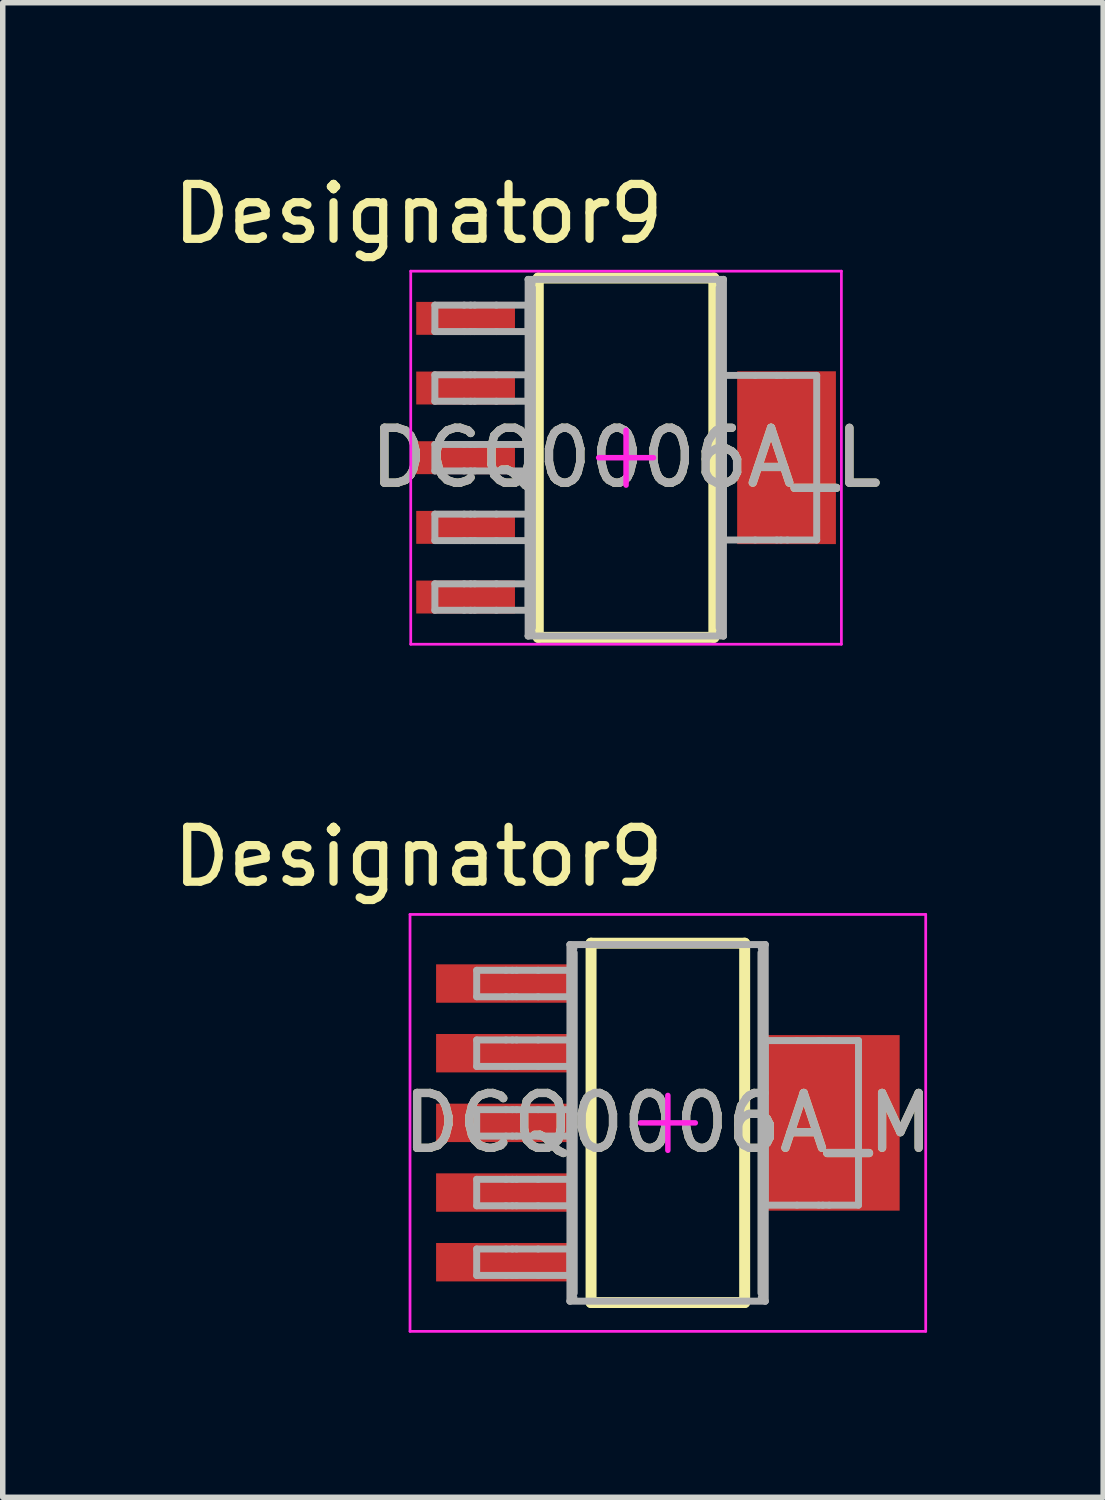
<source format=kicad_pcb>
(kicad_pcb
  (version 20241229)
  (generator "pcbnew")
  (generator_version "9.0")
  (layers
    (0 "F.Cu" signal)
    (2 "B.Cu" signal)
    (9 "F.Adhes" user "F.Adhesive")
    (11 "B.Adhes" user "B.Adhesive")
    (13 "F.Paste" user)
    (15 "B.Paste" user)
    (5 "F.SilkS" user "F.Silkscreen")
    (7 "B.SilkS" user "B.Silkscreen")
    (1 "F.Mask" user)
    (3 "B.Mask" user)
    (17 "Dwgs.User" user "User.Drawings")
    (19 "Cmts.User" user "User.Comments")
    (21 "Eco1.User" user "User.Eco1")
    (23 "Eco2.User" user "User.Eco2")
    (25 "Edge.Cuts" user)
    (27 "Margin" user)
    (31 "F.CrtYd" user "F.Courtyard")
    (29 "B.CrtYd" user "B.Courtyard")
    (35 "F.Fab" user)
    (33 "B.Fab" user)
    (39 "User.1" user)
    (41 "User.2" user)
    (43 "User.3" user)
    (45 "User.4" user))
  (footprint "DCQ0006A_L"
    (layer "F.Cu")
    (at 8.362 5.293)
    (property "Reference" "DCQ0006A_L" (at 0 0 0) (unlocked yes) (layer "F.SilkS") (effects (font (size 1 1) (thickness 0.15))))
    (attr smd)
    (fp_line (start -1.6 -3.275) (end 1.6 -3.275) (stroke (width 0.2) (type solid)) (layer "F.SilkS"))
    (fp_line (start -1.6 3.275) (end -1.6 -3.275) (stroke (width 0.2) (type solid)) (layer "F.SilkS"))
    (fp_line (start -1.6 3.275) (end 1.6 3.275) (stroke (width 0.2) (type solid)) (layer "F.SilkS"))
    (fp_line (start 1.6 3.275) (end 1.6 -3.275) (stroke (width 0.2) (type solid)) (layer "F.SilkS"))
    (fp_line (start -3.925 -3.4) (end 3.925 -3.4) (stroke (width 0.05) (type solid)) (layer "F.CrtYd"))
    (fp_line (start -3.925 3.4) (end -3.925 -3.4) (stroke (width 0.05) (type solid)) (layer "F.CrtYd"))
    (fp_line (start -3.925 3.4) (end 3.925 3.4) (stroke (width 0.05) (type solid)) (layer "F.CrtYd"))
    (fp_line (start -0.5 0) (end 0.5 0) (stroke (width 0.1) (type solid)) (layer "F.CrtYd"))
    (fp_line (start 0 0.5) (end 0 -0.5) (stroke (width 0.1) (type solid)) (layer "F.CrtYd"))
    (fp_line (start 3.925 3.4) (end 3.925 -3.4) (stroke (width 0.05) (type solid)) (layer "F.CrtYd"))
    (fp_line (start -3.485 -2.781) (end -2.951 -2.781) (stroke (width 0.127) (type solid)) (layer "F.Fab"))
    (fp_line (start -3.485 -2.299) (end -3.485 -2.781) (stroke (width 0.127) (type solid)) (layer "F.Fab"))
    (fp_line (start -3.485 -2.299) (end -2.951 -2.299) (stroke (width 0.127) (type solid)) (layer "F.Fab"))
    (fp_line (start -3.485 -1.511) (end -2.951 -1.511) (stroke (width 0.127) (type solid)) (layer "F.Fab"))
    (fp_line (start -3.485 -1.029) (end -3.485 -1.511) (stroke (width 0.127) (type solid)) (layer "F.Fab"))
    (fp_line (start -3.485 -1.029) (end -2.951 -1.029) (stroke (width 0.127) (type solid)) (layer "F.Fab"))
    (fp_line (start -3.485 -0.241) (end -2.951 -0.241) (stroke (width 0.127) (type solid)) (layer "F.Fab"))
    (fp_line (start -3.485 0.241) (end -3.485 -0.241) (stroke (width 0.127) (type solid)) (layer "F.Fab"))
    (fp_line (start -3.485 0.241) (end -2.951 0.241) (stroke (width 0.127) (type solid)) (layer "F.Fab"))
    (fp_line (start -3.485 1.029) (end -2.951 1.029) (stroke (width 0.127) (type solid)) (layer "F.Fab"))
    (fp_line (start -3.485 1.511) (end -3.485 1.029) (stroke (width 0.127) (type solid)) (layer "F.Fab"))
    (fp_line (start -3.485 1.511) (end -2.951 1.511) (stroke (width 0.127) (type solid)) (layer "F.Fab"))
    (fp_line (start -3.485 2.299) (end -2.951 2.299) (stroke (width 0.127) (type solid)) (layer "F.Fab"))
    (fp_line (start -3.485 2.781) (end -3.485 2.299) (stroke (width 0.127) (type solid)) (layer "F.Fab"))
    (fp_line (start -3.485 2.781) (end -2.951 2.781) (stroke (width 0.127) (type solid)) (layer "F.Fab"))
    (fp_line (start -2.951 -2.781) (end -2.834 -2.781) (stroke (width 0.127) (type solid)) (layer "F.Fab"))
    (fp_line (start -2.951 -2.299) (end -2.834 -2.299) (stroke (width 0.127) (type solid)) (layer "F.Fab"))
    (fp_line (start -2.951 -1.511) (end -2.834 -1.511) (stroke (width 0.127) (type solid)) (layer "F.Fab"))
    (fp_line (start -2.951 -1.029) (end -2.834 -1.029) (stroke (width 0.127) (type solid)) (layer "F.Fab"))
    (fp_line (start -2.951 -0.241) (end -2.834 -0.241) (stroke (width 0.127) (type solid)) (layer "F.Fab"))
    (fp_line (start -2.951 0.241) (end -2.834 0.241) (stroke (width 0.127) (type solid)) (layer "F.Fab"))
    (fp_line (start -2.951 1.029) (end -2.834 1.029) (stroke (width 0.127) (type solid)) (layer "F.Fab"))
    (fp_line (start -2.951 1.511) (end -2.834 1.511) (stroke (width 0.127) (type solid)) (layer "F.Fab"))
    (fp_line (start -2.951 2.299) (end -2.834 2.299) (stroke (width 0.127) (type solid)) (layer "F.Fab"))
    (fp_line (start -2.951 2.781) (end -2.834 2.781) (stroke (width 0.127) (type solid)) (layer "F.Fab"))
    (fp_line (start -2.834 -2.781) (end -2.758 -2.781) (stroke (width 0.127) (type solid)) (layer "F.Fab"))
    (fp_line (start -2.834 -2.299) (end -2.758 -2.299) (stroke (width 0.127) (type solid)) (layer "F.Fab"))
    (fp_line (start -2.834 -1.511) (end -2.758 -1.511) (stroke (width 0.127) (type solid)) (layer "F.Fab"))
    (fp_line (start -2.834 -1.029) (end -2.758 -1.029) (stroke (width 0.127) (type solid)) (layer "F.Fab"))
    (fp_line (start -2.834 -0.241) (end -2.758 -0.241) (stroke (width 0.127) (type solid)) (layer "F.Fab"))
    (fp_line (start -2.834 0.241) (end -2.758 0.241) (stroke (width 0.127) (type solid)) (layer "F.Fab"))
    (fp_line (start -2.834 1.029) (end -2.758 1.029) (stroke (width 0.127) (type solid)) (layer "F.Fab"))
    (fp_line (start -2.834 1.511) (end -2.758 1.511) (stroke (width 0.127) (type solid)) (layer "F.Fab"))
    (fp_line (start -2.834 2.299) (end -2.758 2.299) (stroke (width 0.127) (type solid)) (layer "F.Fab"))
    (fp_line (start -2.834 2.781) (end -2.758 2.781) (stroke (width 0.127) (type solid)) (layer "F.Fab"))
    (fp_line (start -2.758 -2.781) (end -2.364 -2.781) (stroke (width 0.127) (type solid)) (layer "F.Fab"))
    (fp_line (start -2.758 -2.299) (end -2.364 -2.299) (stroke (width 0.127) (type solid)) (layer "F.Fab"))
    (fp_line (start -2.758 -1.511) (end -2.364 -1.511) (stroke (width 0.127) (type solid)) (layer "F.Fab"))
    (fp_line (start -2.758 -1.029) (end -2.364 -1.029) (stroke (width 0.127) (type solid)) (layer "F.Fab"))
    (fp_line (start -2.758 -0.241) (end -2.364 -0.241) (stroke (width 0.127) (type solid)) (layer "F.Fab"))
    (fp_line (start -2.758 0.241) (end -2.364 0.241) (stroke (width 0.127) (type solid)) (layer "F.Fab"))
    (fp_line (start -2.758 1.029) (end -2.364 1.029) (stroke (width 0.127) (type solid)) (layer "F.Fab"))
    (fp_line (start -2.758 1.511) (end -2.364 1.511) (stroke (width 0.127) (type solid)) (layer "F.Fab"))
    (fp_line (start -2.758 2.299) (end -2.364 2.299) (stroke (width 0.127) (type solid)) (layer "F.Fab"))
    (fp_line (start -2.758 2.781) (end -2.364 2.781) (stroke (width 0.127) (type solid)) (layer "F.Fab"))
    (fp_line (start -2.364 -2.781) (end -1.785 -2.781) (stroke (width 0.127) (type solid)) (layer "F.Fab"))
    (fp_line (start -2.364 -2.299) (end -1.785 -2.299) (stroke (width 0.127) (type solid)) (layer "F.Fab"))
    (fp_line (start -2.364 -1.511) (end -1.785 -1.511) (stroke (width 0.127) (type solid)) (layer "F.Fab"))
    (fp_line (start -2.364 -1.029) (end -1.785 -1.029) (stroke (width 0.127) (type solid)) (layer "F.Fab"))
    (fp_line (start -2.364 -0.241) (end -1.785 -0.241) (stroke (width 0.127) (type solid)) (layer "F.Fab"))
    (fp_line (start -2.364 0.241) (end -1.785 0.241) (stroke (width 0.127) (type solid)) (layer "F.Fab"))
    (fp_line (start -2.364 1.029) (end -1.785 1.029) (stroke (width 0.127) (type solid)) (layer "F.Fab"))
    (fp_line (start -2.364 1.511) (end -1.785 1.511) (stroke (width 0.127) (type solid)) (layer "F.Fab"))
    (fp_line (start -2.364 2.299) (end -1.785 2.299) (stroke (width 0.127) (type solid)) (layer "F.Fab"))
    (fp_line (start -2.364 2.781) (end -1.785 2.781) (stroke (width 0.127) (type solid)) (layer "F.Fab"))
    (fp_line (start -1.785 -3.25) (end -1.713 -3.178) (stroke (width 0.127) (type solid)) (layer "F.Fab"))
    (fp_line (start -1.785 -3.25) (end 1.775 -3.25) (stroke (width 0.127) (type solid)) (layer "F.Fab"))
    (fp_line (start -1.785 -2.299) (end -1.785 -2.781) (stroke (width 0.127) (type solid)) (layer "F.Fab"))
    (fp_line (start -1.785 -1.029) (end -1.785 -1.511) (stroke (width 0.127) (type solid)) (layer "F.Fab"))
    (fp_line (start -1.785 0.241) (end -1.785 -0.241) (stroke (width 0.127) (type solid)) (layer "F.Fab"))
    (fp_line (start -1.785 1.511) (end -1.785 1.029) (stroke (width 0.127) (type solid)) (layer "F.Fab"))
    (fp_line (start -1.785 2.781) (end -1.785 2.299) (stroke (width 0.127) (type solid)) (layer "F.Fab"))
    (fp_line (start -1.785 3.25) (end -1.785 -3.25) (stroke (width 0.127) (type solid)) (layer "F.Fab"))
    (fp_line (start -1.785 3.25) (end -1.713 3.178) (stroke (width 0.127) (type solid)) (layer "F.Fab"))
    (fp_line (start -1.785 3.25) (end 1.775 3.25) (stroke (width 0.127) (type solid)) (layer "F.Fab"))
    (fp_line (start -1.707 3.102) (end -1.707 -3.102) (stroke (width 0.127) (type solid)) (layer "F.Fab"))
    (fp_line (start 1.697 3.102) (end 1.697 -3.102) (stroke (width 0.127) (type solid)) (layer "F.Fab"))
    (fp_line (start 1.703 -3.178) (end 1.775 -3.25) (stroke (width 0.127) (type solid)) (layer "F.Fab"))
    (fp_line (start 1.703 3.178) (end 1.775 3.25) (stroke (width 0.127) (type solid)) (layer "F.Fab"))
    (fp_line (start 1.775 -1.5) (end 2.354 -1.5) (stroke (width 0.127) (type solid)) (layer "F.Fab"))
    (fp_line (start 1.775 1.5) (end 1.775 -1.5) (stroke (width 0.127) (type solid)) (layer "F.Fab"))
    (fp_line (start 1.775 1.5) (end 2.354 1.5) (stroke (width 0.127) (type solid)) (layer "F.Fab"))
    (fp_line (start 1.775 3.25) (end 1.775 -3.25) (stroke (width 0.127) (type solid)) (layer "F.Fab"))
    (fp_line (start 2.354 -1.5) (end 2.748 -1.5) (stroke (width 0.127) (type solid)) (layer "F.Fab"))
    (fp_line (start 2.354 1.5) (end 2.748 1.5) (stroke (width 0.127) (type solid)) (layer "F.Fab"))
    (fp_line (start 2.748 -1.5) (end 2.824 -1.5) (stroke (width 0.127) (type solid)) (layer "F.Fab"))
    (fp_line (start 2.748 1.5) (end 2.824 1.5) (stroke (width 0.127) (type solid)) (layer "F.Fab"))
    (fp_line (start 2.824 -1.5) (end 2.941 -1.5) (stroke (width 0.127) (type solid)) (layer "F.Fab"))
    (fp_line (start 2.824 1.5) (end 2.941 1.5) (stroke (width 0.127) (type solid)) (layer "F.Fab"))
    (fp_line (start 2.941 -1.5) (end 3.475 -1.5) (stroke (width 0.127) (type solid)) (layer "F.Fab"))
    (fp_line (start 2.941 1.5) (end 3.475 1.5) (stroke (width 0.127) (type solid)) (layer "F.Fab"))
    (fp_line (start 3.475 1.5) (end 3.475 -1.5) (stroke (width 0.127) (type solid)) (layer "F.Fab"))
    (fp_text user "Designator9" (at -3.785 -4.445 0) (unlocked yes) (layer "F.SilkS") (effects (font (size 1 1) (thickness 0.15))))
    (fp_text user "${REFERENCE}" (at 0 0 0) (unlocked yes) (layer "F.Fab") (effects (font (size 1 1) (thickness 0.15))))
    (pad "1" smd rect (at -2.925 -2.54 90) (size 0.6 1.8) (layers "F.Cu" "F.Mask" "F.Paste"))
    (pad "2" smd rect (at -2.925 -1.27 90) (size 0.6 1.8) (layers "F.Cu" "F.Mask" "F.Paste"))
    (pad "3" smd rect (at -2.925 0 90) (size 0.6 1.8) (layers "F.Cu" "F.Mask" "F.Paste"))
    (pad "4" smd rect (at -2.925 1.27 90) (size 0.6 1.8) (layers "F.Cu" "F.Mask" "F.Paste"))
    (pad "5" smd rect (at -2.925 2.54 90) (size 0.6 1.8) (layers "F.Cu" "F.Mask" "F.Paste"))
    (pad "6" smd rect (at 2.925 0 90) (size 3.15 1.8) (layers "F.Cu" "F.Mask" "F.Paste")))
  (footprint "DCQ0006A_M"
    (layer "F.Cu")
    (at 9.124 17.418)
    (property "Reference" "DCQ0006A_M" (at 0 0 0) (unlocked yes) (layer "F.SilkS") (effects (font (size 1 1) (thickness 0.15))))
    (attr smd)
    (fp_line (start -1.4 -3.275) (end 1.4 -3.275) (stroke (width 0.2) (type solid)) (layer "F.SilkS"))
    (fp_line (start -1.4 3.275) (end -1.4 -3.275) (stroke (width 0.2) (type solid)) (layer "F.SilkS"))
    (fp_line (start -1.4 3.275) (end 1.4 3.275) (stroke (width 0.2) (type solid)) (layer "F.SilkS"))
    (fp_line (start 1.4 3.275) (end 1.4 -3.275) (stroke (width 0.2) (type solid)) (layer "F.SilkS"))
    (fp_line (start -4.7 -3.8) (end 4.7 -3.8) (stroke (width 0.05) (type solid)) (layer "F.CrtYd"))
    (fp_line (start -4.7 3.8) (end -4.7 -3.8) (stroke (width 0.05) (type solid)) (layer "F.CrtYd"))
    (fp_line (start -4.7 3.8) (end 4.7 3.8) (stroke (width 0.05) (type solid)) (layer "F.CrtYd"))
    (fp_line (start -0.5 0) (end 0.5 0) (stroke (width 0.1) (type solid)) (layer "F.CrtYd"))
    (fp_line (start 0 0.5) (end 0 -0.5) (stroke (width 0.1) (type solid)) (layer "F.CrtYd"))
    (fp_line (start 4.7 3.8) (end 4.7 -3.8) (stroke (width 0.05) (type solid)) (layer "F.CrtYd"))
    (fp_line (start -3.485 -2.781) (end -2.951 -2.781) (stroke (width 0.127) (type solid)) (layer "F.Fab"))
    (fp_line (start -3.485 -2.299) (end -3.485 -2.781) (stroke (width 0.127) (type solid)) (layer "F.Fab"))
    (fp_line (start -3.485 -2.299) (end -2.951 -2.299) (stroke (width 0.127) (type solid)) (layer "F.Fab"))
    (fp_line (start -3.485 -1.511) (end -2.951 -1.511) (stroke (width 0.127) (type solid)) (layer "F.Fab"))
    (fp_line (start -3.485 -1.029) (end -3.485 -1.511) (stroke (width 0.127) (type solid)) (layer "F.Fab"))
    (fp_line (start -3.485 -1.029) (end -2.951 -1.029) (stroke (width 0.127) (type solid)) (layer "F.Fab"))
    (fp_line (start -3.485 -0.241) (end -2.951 -0.241) (stroke (width 0.127) (type solid)) (layer "F.Fab"))
    (fp_line (start -3.485 0.241) (end -3.485 -0.241) (stroke (width 0.127) (type solid)) (layer "F.Fab"))
    (fp_line (start -3.485 0.241) (end -2.951 0.241) (stroke (width 0.127) (type solid)) (layer "F.Fab"))
    (fp_line (start -3.485 1.029) (end -2.951 1.029) (stroke (width 0.127) (type solid)) (layer "F.Fab"))
    (fp_line (start -3.485 1.511) (end -3.485 1.029) (stroke (width 0.127) (type solid)) (layer "F.Fab"))
    (fp_line (start -3.485 1.511) (end -2.951 1.511) (stroke (width 0.127) (type solid)) (layer "F.Fab"))
    (fp_line (start -3.485 2.299) (end -2.951 2.299) (stroke (width 0.127) (type solid)) (layer "F.Fab"))
    (fp_line (start -3.485 2.781) (end -3.485 2.299) (stroke (width 0.127) (type solid)) (layer "F.Fab"))
    (fp_line (start -3.485 2.781) (end -2.951 2.781) (stroke (width 0.127) (type solid)) (layer "F.Fab"))
    (fp_line (start -2.951 -2.781) (end -2.834 -2.781) (stroke (width 0.127) (type solid)) (layer "F.Fab"))
    (fp_line (start -2.951 -2.299) (end -2.834 -2.299) (stroke (width 0.127) (type solid)) (layer "F.Fab"))
    (fp_line (start -2.951 -1.511) (end -2.834 -1.511) (stroke (width 0.127) (type solid)) (layer "F.Fab"))
    (fp_line (start -2.951 -1.029) (end -2.834 -1.029) (stroke (width 0.127) (type solid)) (layer "F.Fab"))
    (fp_line (start -2.951 -0.241) (end -2.834 -0.241) (stroke (width 0.127) (type solid)) (layer "F.Fab"))
    (fp_line (start -2.951 0.241) (end -2.834 0.241) (stroke (width 0.127) (type solid)) (layer "F.Fab"))
    (fp_line (start -2.951 1.029) (end -2.834 1.029) (stroke (width 0.127) (type solid)) (layer "F.Fab"))
    (fp_line (start -2.951 1.511) (end -2.834 1.511) (stroke (width 0.127) (type solid)) (layer "F.Fab"))
    (fp_line (start -2.951 2.299) (end -2.834 2.299) (stroke (width 0.127) (type solid)) (layer "F.Fab"))
    (fp_line (start -2.951 2.781) (end -2.834 2.781) (stroke (width 0.127) (type solid)) (layer "F.Fab"))
    (fp_line (start -2.834 -2.781) (end -2.758 -2.781) (stroke (width 0.127) (type solid)) (layer "F.Fab"))
    (fp_line (start -2.834 -2.299) (end -2.758 -2.299) (stroke (width 0.127) (type solid)) (layer "F.Fab"))
    (fp_line (start -2.834 -1.511) (end -2.758 -1.511) (stroke (width 0.127) (type solid)) (layer "F.Fab"))
    (fp_line (start -2.834 -1.029) (end -2.758 -1.029) (stroke (width 0.127) (type solid)) (layer "F.Fab"))
    (fp_line (start -2.834 -0.241) (end -2.758 -0.241) (stroke (width 0.127) (type solid)) (layer "F.Fab"))
    (fp_line (start -2.834 0.241) (end -2.758 0.241) (stroke (width 0.127) (type solid)) (layer "F.Fab"))
    (fp_line (start -2.834 1.029) (end -2.758 1.029) (stroke (width 0.127) (type solid)) (layer "F.Fab"))
    (fp_line (start -2.834 1.511) (end -2.758 1.511) (stroke (width 0.127) (type solid)) (layer "F.Fab"))
    (fp_line (start -2.834 2.299) (end -2.758 2.299) (stroke (width 0.127) (type solid)) (layer "F.Fab"))
    (fp_line (start -2.834 2.781) (end -2.758 2.781) (stroke (width 0.127) (type solid)) (layer "F.Fab"))
    (fp_line (start -2.758 -2.781) (end -2.364 -2.781) (stroke (width 0.127) (type solid)) (layer "F.Fab"))
    (fp_line (start -2.758 -2.299) (end -2.364 -2.299) (stroke (width 0.127) (type solid)) (layer "F.Fab"))
    (fp_line (start -2.758 -1.511) (end -2.364 -1.511) (stroke (width 0.127) (type solid)) (layer "F.Fab"))
    (fp_line (start -2.758 -1.029) (end -2.364 -1.029) (stroke (width 0.127) (type solid)) (layer "F.Fab"))
    (fp_line (start -2.758 -0.241) (end -2.364 -0.241) (stroke (width 0.127) (type solid)) (layer "F.Fab"))
    (fp_line (start -2.758 0.241) (end -2.364 0.241) (stroke (width 0.127) (type solid)) (layer "F.Fab"))
    (fp_line (start -2.758 1.029) (end -2.364 1.029) (stroke (width 0.127) (type solid)) (layer "F.Fab"))
    (fp_line (start -2.758 1.511) (end -2.364 1.511) (stroke (width 0.127) (type solid)) (layer "F.Fab"))
    (fp_line (start -2.758 2.299) (end -2.364 2.299) (stroke (width 0.127) (type solid)) (layer "F.Fab"))
    (fp_line (start -2.758 2.781) (end -2.364 2.781) (stroke (width 0.127) (type solid)) (layer "F.Fab"))
    (fp_line (start -2.364 -2.781) (end -1.785 -2.781) (stroke (width 0.127) (type solid)) (layer "F.Fab"))
    (fp_line (start -2.364 -2.299) (end -1.785 -2.299) (stroke (width 0.127) (type solid)) (layer "F.Fab"))
    (fp_line (start -2.364 -1.511) (end -1.785 -1.511) (stroke (width 0.127) (type solid)) (layer "F.Fab"))
    (fp_line (start -2.364 -1.029) (end -1.785 -1.029) (stroke (width 0.127) (type solid)) (layer "F.Fab"))
    (fp_line (start -2.364 -0.241) (end -1.785 -0.241) (stroke (width 0.127) (type solid)) (layer "F.Fab"))
    (fp_line (start -2.364 0.241) (end -1.785 0.241) (stroke (width 0.127) (type solid)) (layer "F.Fab"))
    (fp_line (start -2.364 1.029) (end -1.785 1.029) (stroke (width 0.127) (type solid)) (layer "F.Fab"))
    (fp_line (start -2.364 1.511) (end -1.785 1.511) (stroke (width 0.127) (type solid)) (layer "F.Fab"))
    (fp_line (start -2.364 2.299) (end -1.785 2.299) (stroke (width 0.127) (type solid)) (layer "F.Fab"))
    (fp_line (start -2.364 2.781) (end -1.785 2.781) (stroke (width 0.127) (type solid)) (layer "F.Fab"))
    (fp_line (start -1.785 -3.25) (end -1.713 -3.178) (stroke (width 0.127) (type solid)) (layer "F.Fab"))
    (fp_line (start -1.785 -3.25) (end 1.775 -3.25) (stroke (width 0.127) (type solid)) (layer "F.Fab"))
    (fp_line (start -1.785 -2.299) (end -1.785 -2.781) (stroke (width 0.127) (type solid)) (layer "F.Fab"))
    (fp_line (start -1.785 -1.029) (end -1.785 -1.511) (stroke (width 0.127) (type solid)) (layer "F.Fab"))
    (fp_line (start -1.785 0.241) (end -1.785 -0.241) (stroke (width 0.127) (type solid)) (layer "F.Fab"))
    (fp_line (start -1.785 1.511) (end -1.785 1.029) (stroke (width 0.127) (type solid)) (layer "F.Fab"))
    (fp_line (start -1.785 2.781) (end -1.785 2.299) (stroke (width 0.127) (type solid)) (layer "F.Fab"))
    (fp_line (start -1.785 3.25) (end -1.785 -3.25) (stroke (width 0.127) (type solid)) (layer "F.Fab"))
    (fp_line (start -1.785 3.25) (end -1.713 3.178) (stroke (width 0.127) (type solid)) (layer "F.Fab"))
    (fp_line (start -1.785 3.25) (end 1.775 3.25) (stroke (width 0.127) (type solid)) (layer "F.Fab"))
    (fp_line (start -1.707 3.102) (end -1.707 -3.102) (stroke (width 0.127) (type solid)) (layer "F.Fab"))
    (fp_line (start 1.697 3.102) (end 1.697 -3.102) (stroke (width 0.127) (type solid)) (layer "F.Fab"))
    (fp_line (start 1.703 -3.178) (end 1.775 -3.25) (stroke (width 0.127) (type solid)) (layer "F.Fab"))
    (fp_line (start 1.703 3.178) (end 1.775 3.25) (stroke (width 0.127) (type solid)) (layer "F.Fab"))
    (fp_line (start 1.775 -1.5) (end 2.354 -1.5) (stroke (width 0.127) (type solid)) (layer "F.Fab"))
    (fp_line (start 1.775 1.5) (end 1.775 -1.5) (stroke (width 0.127) (type solid)) (layer "F.Fab"))
    (fp_line (start 1.775 1.5) (end 2.354 1.5) (stroke (width 0.127) (type solid)) (layer "F.Fab"))
    (fp_line (start 1.775 3.25) (end 1.775 -3.25) (stroke (width 0.127) (type solid)) (layer "F.Fab"))
    (fp_line (start 2.354 -1.5) (end 2.748 -1.5) (stroke (width 0.127) (type solid)) (layer "F.Fab"))
    (fp_line (start 2.354 1.5) (end 2.748 1.5) (stroke (width 0.127) (type solid)) (layer "F.Fab"))
    (fp_line (start 2.748 -1.5) (end 2.824 -1.5) (stroke (width 0.127) (type solid)) (layer "F.Fab"))
    (fp_line (start 2.748 1.5) (end 2.824 1.5) (stroke (width 0.127) (type solid)) (layer "F.Fab"))
    (fp_line (start 2.824 -1.5) (end 2.941 -1.5) (stroke (width 0.127) (type solid)) (layer "F.Fab"))
    (fp_line (start 2.824 1.5) (end 2.941 1.5) (stroke (width 0.127) (type solid)) (layer "F.Fab"))
    (fp_line (start 2.941 -1.5) (end 3.475 -1.5) (stroke (width 0.127) (type solid)) (layer "F.Fab"))
    (fp_line (start 2.941 1.5) (end 3.475 1.5) (stroke (width 0.127) (type solid)) (layer "F.Fab"))
    (fp_line (start 3.475 1.5) (end 3.475 -1.5) (stroke (width 0.127) (type solid)) (layer "F.Fab"))
    (fp_text user "Designator9" (at -4.547 -4.851 0) (unlocked yes) (layer "F.SilkS") (effects (font (size 1 1) (thickness 0.15))))
    (fp_text user "${REFERENCE}" (at 0 0 0) (unlocked yes) (layer "F.Fab") (effects (font (size 1 1) (thickness 0.15))))
    (pad "1" smd rect (at -3.025 -2.54 90) (size 0.7 2.4) (layers "F.Cu" "F.Mask" "F.Paste"))
    (pad "2" smd rect (at -3.025 -1.27 90) (size 0.7 2.4) (layers "F.Cu" "F.Mask" "F.Paste"))
    (pad "3" smd rect (at -3.025 0 90) (size 0.7 2.4) (layers "F.Cu" "F.Mask" "F.Paste"))
    (pad "4" smd rect (at -3.025 1.27 90) (size 0.7 2.4) (layers "F.Cu" "F.Mask" "F.Paste"))
    (pad "5" smd rect (at -3.025 2.54 90) (size 0.7 2.4) (layers "F.Cu" "F.Mask" "F.Paste"))
    (pad "6" smd rect (at 3.025 0 90) (size 3.2 2.4) (layers "F.Cu" "F.Mask" "F.Paste")))
  (gr_rect
    (start -3 -3)
    (end 17.059 24.243)
    (stroke (width 0.1) (type default))
    (fill no)
    (layer "Edge.Cuts")))
</source>
